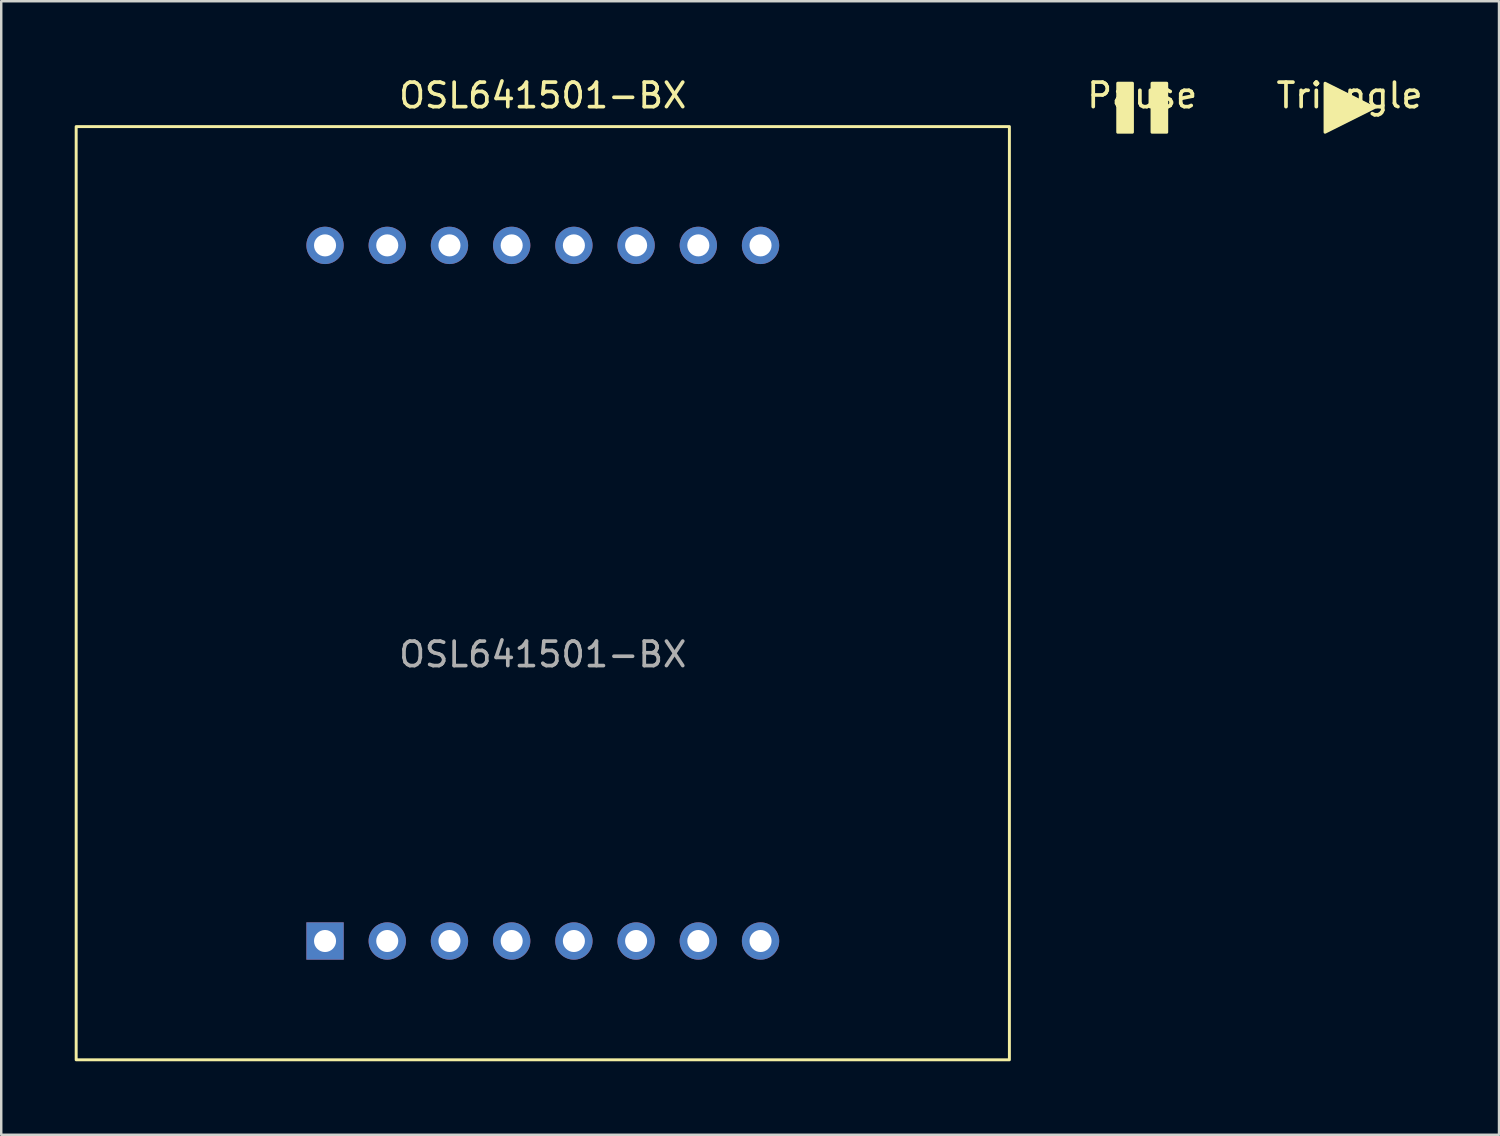
<source format=kicad_pcb>
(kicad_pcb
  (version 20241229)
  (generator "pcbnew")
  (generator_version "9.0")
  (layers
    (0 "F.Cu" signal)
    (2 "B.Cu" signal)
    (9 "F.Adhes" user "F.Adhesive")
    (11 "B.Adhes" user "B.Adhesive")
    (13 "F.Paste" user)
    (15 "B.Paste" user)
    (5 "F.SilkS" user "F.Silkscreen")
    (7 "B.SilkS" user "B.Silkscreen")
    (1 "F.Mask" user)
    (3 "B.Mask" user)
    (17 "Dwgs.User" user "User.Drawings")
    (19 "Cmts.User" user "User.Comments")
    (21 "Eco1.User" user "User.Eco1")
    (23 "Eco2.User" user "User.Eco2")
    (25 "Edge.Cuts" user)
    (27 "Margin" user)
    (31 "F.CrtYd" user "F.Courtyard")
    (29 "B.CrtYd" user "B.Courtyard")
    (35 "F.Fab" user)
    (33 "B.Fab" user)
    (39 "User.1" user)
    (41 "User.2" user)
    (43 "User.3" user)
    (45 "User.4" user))
  (footprint "Pause"
    (layer "F.Cu")
    (at 43.583 1.348)
    (property "Reference" "Pause" (at 0 -0.5 0) (unlocked yes) (layer "F.SilkS") (effects (font (size 1 1) (thickness 0.15))))
    (fp_rect (start -1 -1) (end -0.4 1) (stroke (width 0.12) (type solid)) (fill yes) (layer "F.SilkS"))
    (fp_rect (start 0.4 -1) (end 1 1) (stroke (width 0.12) (type solid)) (fill yes) (layer "F.SilkS")))
  (footprint "OSL641501-BX"
    (layer "F.Cu")
    (at 19.11 21.168)
    (property "Reference" "OSL641501-BX" (at 0 -20.32 0) (unlocked yes) (layer "F.SilkS") (effects (font (size 1 1) (thickness 0.15))))
    (attr through_hole)
    (fp_rect (start -19.05 -19.05) (end 19.05 19.05) (stroke (width 0.12) (type solid)) (fill no) (layer "F.SilkS"))
    (fp_text user "${REFERENCE}" (at 0 2.5 0) (unlocked yes) (layer "F.Fab") (effects (font (size 1 1) (thickness 0.15))))
    (pad "1" thru_hole rect (at -8.89 14.2) (size 1.524 1.524) (drill 0.9) (layers "*.Cu" "*.Mask"))
    (pad "2" thru_hole circle (at -6.35 14.2) (size 1.524 1.524) (drill 0.9) (layers "*.Cu" "*.Mask"))
    (pad "3" thru_hole circle (at -3.81 14.2) (size 1.524 1.524) (drill 0.9) (layers "*.Cu" "*.Mask"))
    (pad "4" thru_hole circle (at -1.27 14.2) (size 1.524 1.524) (drill 0.9) (layers "*.Cu" "*.Mask"))
    (pad "5" thru_hole circle (at 1.27 14.2) (size 1.524 1.524) (drill 0.9) (layers "*.Cu" "*.Mask"))
    (pad "6" thru_hole circle (at 3.81 14.2) (size 1.524 1.524) (drill 0.9) (layers "*.Cu" "*.Mask"))
    (pad "7" thru_hole circle (at 6.35 14.2) (size 1.524 1.524) (drill 0.9) (layers "*.Cu" "*.Mask"))
    (pad "8" thru_hole circle (at 8.89 14.2) (size 1.524 1.524) (drill 0.9) (layers "*.Cu" "*.Mask"))
    (pad "9" thru_hole circle (at 8.89 -14.2) (size 1.524 1.524) (drill 0.9) (layers "*.Cu" "*.Mask"))
    (pad "10" thru_hole circle (at 6.35 -14.2) (size 1.524 1.524) (drill 0.9) (layers "*.Cu" "*.Mask"))
    (pad "11" thru_hole circle (at 3.81 -14.2) (size 1.524 1.524) (drill 0.9) (layers "*.Cu" "*.Mask"))
    (pad "12" thru_hole circle (at 1.27 -14.2) (size 1.524 1.524) (drill 0.9) (layers "*.Cu" "*.Mask"))
    (pad "13" thru_hole circle (at -1.27 -14.2) (size 1.524 1.524) (drill 0.9) (layers "*.Cu" "*.Mask"))
    (pad "14" thru_hole circle (at -3.81 -14.2) (size 1.524 1.524) (drill 0.9) (layers "*.Cu" "*.Mask"))
    (pad "15" thru_hole circle (at -6.35 -14.2) (size 1.524 1.524) (drill 0.9) (layers "*.Cu" "*.Mask"))
    (pad "16" thru_hole circle (at -8.89 -14.2) (size 1.524 1.524) (drill 0.9) (layers "*.Cu" "*.Mask")))
  (footprint "Triangle"
    (layer "F.Cu")
    (at 52.047 1.348)
    (property "Reference" "Triangle" (at 0 -0.5 0) (unlocked yes) (layer "F.SilkS") (effects (font (size 1 1) (thickness 0.15))))
    (fp_poly (pts (xy 1 0) (xy -1 1) (xy -1 -1)) (stroke (width 0.12) (type solid)) (fill yes) (layer "F.SilkS")))
  (gr_rect
    (start -3 -3)
    (end 58.149 43.278)
    (stroke (width 0.1) (type default))
    (fill no)
    (layer "Edge.Cuts")))
</source>
